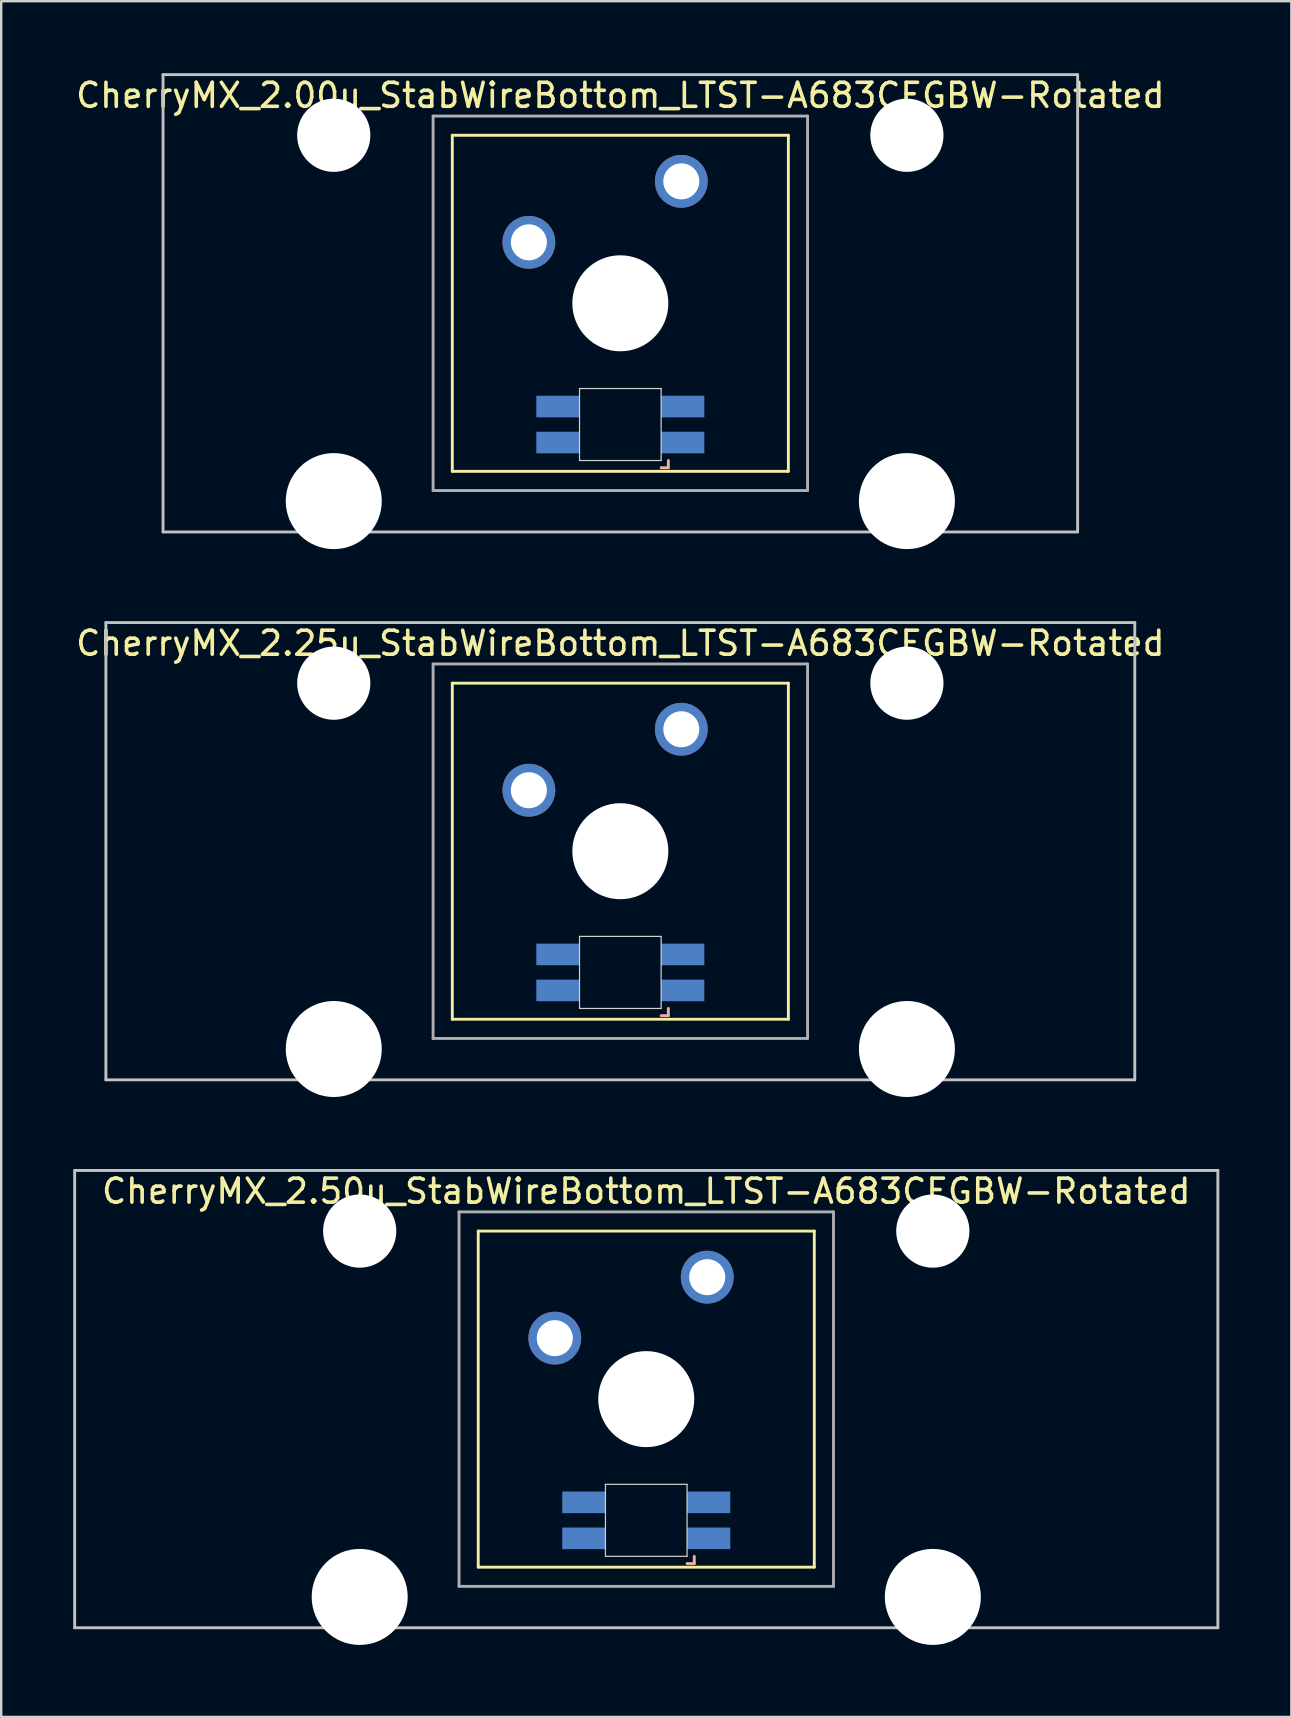
<source format=kicad_pcb>
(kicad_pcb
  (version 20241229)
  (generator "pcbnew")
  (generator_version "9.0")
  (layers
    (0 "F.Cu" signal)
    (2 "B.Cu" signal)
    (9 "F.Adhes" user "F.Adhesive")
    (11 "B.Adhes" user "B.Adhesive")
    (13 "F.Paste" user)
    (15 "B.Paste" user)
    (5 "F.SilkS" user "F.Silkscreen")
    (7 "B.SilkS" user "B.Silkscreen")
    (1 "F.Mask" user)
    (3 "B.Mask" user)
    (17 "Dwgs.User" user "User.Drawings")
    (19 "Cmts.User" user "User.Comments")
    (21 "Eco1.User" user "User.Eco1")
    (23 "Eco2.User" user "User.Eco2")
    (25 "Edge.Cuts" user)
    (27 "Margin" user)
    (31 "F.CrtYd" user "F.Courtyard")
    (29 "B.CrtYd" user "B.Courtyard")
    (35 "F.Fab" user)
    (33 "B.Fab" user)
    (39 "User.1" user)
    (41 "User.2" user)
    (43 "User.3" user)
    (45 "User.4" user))
  (footprint "CherryMX_2.25u_StabWireBottom_LTST-A683CEGBW-Rotated"
    (layer "F.Cu")
    (at 22.792 32.41)
    (property "Reference" "CherryMX_2.25u_StabWireBottom_LTST-A683CEGBW-Rotated" (at 0 -8.662 0) (layer "F.SilkS") (effects (font (size 1 1) (thickness 0.15))))
    (attr through_hole)
    (fp_line (start -7 -7) (end -7 7) (stroke (width 0.12) (type solid)) (layer "F.SilkS"))
    (fp_line (start -7 -7) (end 7 -7) (stroke (width 0.12) (type solid)) (layer "F.SilkS"))
    (fp_line (start 7 -7) (end 7 7) (stroke (width 0.12) (type solid)) (layer "F.SilkS"))
    (fp_line (start 7 7) (end -7 7) (stroke (width 0.12) (type solid)) (layer "F.SilkS"))
    (fp_line (start 1.7 6.85) (end 2 6.85) (stroke (width 0.12) (type solid)) (layer "B.SilkS"))
    (fp_line (start 2 6.85) (end 2 6.55) (stroke (width 0.12) (type solid)) (layer "B.SilkS"))
    (fp_line (start -21.431 -9.525) (end 21.431 -9.525) (stroke (width 0.12) (type solid)) (layer "Dwgs.User"))
    (fp_line (start -21.431 9.525) (end -21.431 -9.525) (stroke (width 0.12) (type solid)) (layer "Dwgs.User"))
    (fp_line (start 21.431 -9.525) (end 21.431 9.525) (stroke (width 0.12) (type solid)) (layer "Dwgs.User"))
    (fp_line (start 21.431 9.525) (end -21.431 9.525) (stroke (width 0.12) (type solid)) (layer "Dwgs.User"))
    (fp_line (start -1.7 3.55) (end 1.7 3.55) (stroke (width 0.05) (type solid)) (layer "Edge.Cuts"))
    (fp_line (start -1.7 6.55) (end -1.7 3.55) (stroke (width 0.05) (type solid)) (layer "Edge.Cuts"))
    (fp_line (start 1.7 3.55) (end 1.7 6.55) (stroke (width 0.05) (type solid)) (layer "Edge.Cuts"))
    (fp_line (start 1.7 6.55) (end -1.7 6.55) (stroke (width 0.05) (type solid)) (layer "Edge.Cuts"))
    (fp_line (start -7.8 -7.8) (end -7.8 7.8) (stroke (width 0.12) (type solid)) (layer "F.Fab"))
    (fp_line (start -7.8 -7.8) (end 7.8 -7.8) (stroke (width 0.12) (type solid)) (layer "F.Fab"))
    (fp_line (start -7.8 7.8) (end 7.8 7.8) (stroke (width 0.12) (type solid)) (layer "F.Fab"))
    (fp_line (start 7.8 -7.8) (end 7.8 7.8) (stroke (width 0.12) (type solid)) (layer "F.Fab"))
    (pad "" np_thru_hole circle (at -11.938 -7) (size 3.05 3.05) (drill 3.05) (layers "*.Cu" "*.Mask"))
    (pad "" np_thru_hole circle (at -11.938 8.24) (size 4 4) (drill 4) (layers "*.Cu" "*.Mask"))
    (pad "" np_thru_hole circle (at 0 0) (size 4 4) (drill 4) (layers "*.Cu" "*.Mask"))
    (pad "" np_thru_hole circle (at 11.938 -7) (size 3.05 3.05) (drill 3.05) (layers "*.Cu" "*.Mask"))
    (pad "" np_thru_hole circle (at 11.938 8.24) (size 4 4) (drill 4) (layers "*.Cu" "*.Mask"))
    (pad "1" thru_hole circle (at -3.81 -2.54) (size 2.2 2.2) (drill 1.5) (layers "*.Cu" "*.Mask"))
    (pad "2" thru_hole circle (at 2.54 -5.08) (size 2.2 2.2) (drill 1.5) (layers "*.Cu" "*.Mask"))
    (pad "3" smd rect (at 2.6 5.8) (size 1.8 0.9) (layers "B.Cu" "B.Mask" "B.Paste"))
    (pad "4" smd rect (at 2.6 4.3) (size 1.8 0.9) (layers "B.Cu" "B.Mask" "B.Paste"))
    (pad "5" smd rect (at -2.6 5.8) (size 1.8 0.9) (layers "B.Cu" "B.Mask" "B.Paste"))
    (pad "6" smd rect (at -2.6 4.3) (size 1.8 0.9) (layers "B.Cu" "B.Mask" "B.Paste")))
  (footprint "CherryMX_2.50u_StabWireBottom_LTST-A683CEGBW-Rotated"
    (layer "F.Cu")
    (at 23.872 55.235)
    (property "Reference" "CherryMX_2.50u_StabWireBottom_LTST-A683CEGBW-Rotated" (at 0 -8.662 0) (layer "F.SilkS") (effects (font (size 1 1) (thickness 0.15))))
    (attr through_hole)
    (fp_line (start -7 -7) (end -7 7) (stroke (width 0.12) (type solid)) (layer "F.SilkS"))
    (fp_line (start -7 -7) (end 7 -7) (stroke (width 0.12) (type solid)) (layer "F.SilkS"))
    (fp_line (start 7 -7) (end 7 7) (stroke (width 0.12) (type solid)) (layer "F.SilkS"))
    (fp_line (start 7 7) (end -7 7) (stroke (width 0.12) (type solid)) (layer "F.SilkS"))
    (fp_line (start 1.7 6.85) (end 2 6.85) (stroke (width 0.12) (type solid)) (layer "B.SilkS"))
    (fp_line (start 2 6.85) (end 2 6.55) (stroke (width 0.12) (type solid)) (layer "B.SilkS"))
    (fp_line (start -23.812 -9.525) (end 23.812 -9.525) (stroke (width 0.12) (type solid)) (layer "Dwgs.User"))
    (fp_line (start -23.812 9.525) (end -23.812 -9.525) (stroke (width 0.12) (type solid)) (layer "Dwgs.User"))
    (fp_line (start 23.812 -9.525) (end 23.812 9.525) (stroke (width 0.12) (type solid)) (layer "Dwgs.User"))
    (fp_line (start 23.812 9.525) (end -23.812 9.525) (stroke (width 0.12) (type solid)) (layer "Dwgs.User"))
    (fp_line (start -1.7 3.55) (end 1.7 3.55) (stroke (width 0.05) (type solid)) (layer "Edge.Cuts"))
    (fp_line (start -1.7 6.55) (end -1.7 3.55) (stroke (width 0.05) (type solid)) (layer "Edge.Cuts"))
    (fp_line (start 1.7 3.55) (end 1.7 6.55) (stroke (width 0.05) (type solid)) (layer "Edge.Cuts"))
    (fp_line (start 1.7 6.55) (end -1.7 6.55) (stroke (width 0.05) (type solid)) (layer "Edge.Cuts"))
    (fp_line (start -7.8 -7.8) (end -7.8 7.8) (stroke (width 0.12) (type solid)) (layer "F.Fab"))
    (fp_line (start -7.8 -7.8) (end 7.8 -7.8) (stroke (width 0.12) (type solid)) (layer "F.Fab"))
    (fp_line (start -7.8 7.8) (end 7.8 7.8) (stroke (width 0.12) (type solid)) (layer "F.Fab"))
    (fp_line (start 7.8 -7.8) (end 7.8 7.8) (stroke (width 0.12) (type solid)) (layer "F.Fab"))
    (pad "" np_thru_hole circle (at -11.938 -7) (size 3.05 3.05) (drill 3.05) (layers "*.Cu" "*.Mask"))
    (pad "" np_thru_hole circle (at -11.938 8.24) (size 4 4) (drill 4) (layers "*.Cu" "*.Mask"))
    (pad "" np_thru_hole circle (at 0 0) (size 4 4) (drill 4) (layers "*.Cu" "*.Mask"))
    (pad "" np_thru_hole circle (at 11.938 -7) (size 3.05 3.05) (drill 3.05) (layers "*.Cu" "*.Mask"))
    (pad "" np_thru_hole circle (at 11.938 8.24) (size 4 4) (drill 4) (layers "*.Cu" "*.Mask"))
    (pad "1" thru_hole circle (at -3.81 -2.54) (size 2.2 2.2) (drill 1.5) (layers "*.Cu" "*.Mask"))
    (pad "2" thru_hole circle (at 2.54 -5.08) (size 2.2 2.2) (drill 1.5) (layers "*.Cu" "*.Mask"))
    (pad "3" smd rect (at 2.6 5.8) (size 1.8 0.9) (layers "B.Cu" "B.Mask" "B.Paste"))
    (pad "4" smd rect (at 2.6 4.3) (size 1.8 0.9) (layers "B.Cu" "B.Mask" "B.Paste"))
    (pad "5" smd rect (at -2.6 5.8) (size 1.8 0.9) (layers "B.Cu" "B.Mask" "B.Paste"))
    (pad "6" smd rect (at -2.6 4.3) (size 1.8 0.9) (layers "B.Cu" "B.Mask" "B.Paste")))
  (footprint "CherryMX_2.00u_StabWireBottom_LTST-A683CEGBW-Rotated"
    (layer "F.Cu")
    (at 22.792 9.585)
    (property "Reference" "CherryMX_2.00u_StabWireBottom_LTST-A683CEGBW-Rotated" (at 0 -8.662 0) (layer "F.SilkS") (effects (font (size 1 1) (thickness 0.15))))
    (attr through_hole)
    (fp_line (start -7 -7) (end -7 7) (stroke (width 0.12) (type solid)) (layer "F.SilkS"))
    (fp_line (start -7 -7) (end 7 -7) (stroke (width 0.12) (type solid)) (layer "F.SilkS"))
    (fp_line (start 7 -7) (end 7 7) (stroke (width 0.12) (type solid)) (layer "F.SilkS"))
    (fp_line (start 7 7) (end -7 7) (stroke (width 0.12) (type solid)) (layer "F.SilkS"))
    (fp_line (start 1.7 6.85) (end 2 6.85) (stroke (width 0.12) (type solid)) (layer "B.SilkS"))
    (fp_line (start 2 6.85) (end 2 6.55) (stroke (width 0.12) (type solid)) (layer "B.SilkS"))
    (fp_line (start -19.05 -9.525) (end 19.05 -9.525) (stroke (width 0.12) (type solid)) (layer "Dwgs.User"))
    (fp_line (start -19.05 9.525) (end -19.05 -9.525) (stroke (width 0.12) (type solid)) (layer "Dwgs.User"))
    (fp_line (start 19.05 -9.525) (end 19.05 9.525) (stroke (width 0.12) (type solid)) (layer "Dwgs.User"))
    (fp_line (start 19.05 9.525) (end -19.05 9.525) (stroke (width 0.12) (type solid)) (layer "Dwgs.User"))
    (fp_line (start -1.7 3.55) (end 1.7 3.55) (stroke (width 0.05) (type solid)) (layer "Edge.Cuts"))
    (fp_line (start -1.7 6.55) (end -1.7 3.55) (stroke (width 0.05) (type solid)) (layer "Edge.Cuts"))
    (fp_line (start 1.7 3.55) (end 1.7 6.55) (stroke (width 0.05) (type solid)) (layer "Edge.Cuts"))
    (fp_line (start 1.7 6.55) (end -1.7 6.55) (stroke (width 0.05) (type solid)) (layer "Edge.Cuts"))
    (fp_line (start -7.8 -7.8) (end -7.8 7.8) (stroke (width 0.12) (type solid)) (layer "F.Fab"))
    (fp_line (start -7.8 -7.8) (end 7.8 -7.8) (stroke (width 0.12) (type solid)) (layer "F.Fab"))
    (fp_line (start -7.8 7.8) (end 7.8 7.8) (stroke (width 0.12) (type solid)) (layer "F.Fab"))
    (fp_line (start 7.8 -7.8) (end 7.8 7.8) (stroke (width 0.12) (type solid)) (layer "F.Fab"))
    (pad "" np_thru_hole circle (at -11.938 -7) (size 3.05 3.05) (drill 3.05) (layers "*.Cu" "*.Mask"))
    (pad "" np_thru_hole circle (at -11.938 8.24) (size 4 4) (drill 4) (layers "*.Cu" "*.Mask"))
    (pad "" np_thru_hole circle (at 0 0) (size 4 4) (drill 4) (layers "*.Cu" "*.Mask"))
    (pad "" np_thru_hole circle (at 11.938 -7) (size 3.05 3.05) (drill 3.05) (layers "*.Cu" "*.Mask"))
    (pad "" np_thru_hole circle (at 11.938 8.24) (size 4 4) (drill 4) (layers "*.Cu" "*.Mask"))
    (pad "1" thru_hole circle (at -3.81 -2.54) (size 2.2 2.2) (drill 1.5) (layers "*.Cu" "*.Mask"))
    (pad "2" thru_hole circle (at 2.54 -5.08) (size 2.2 2.2) (drill 1.5) (layers "*.Cu" "*.Mask"))
    (pad "3" smd rect (at 2.6 5.8) (size 1.8 0.9) (layers "B.Cu" "B.Mask" "B.Paste"))
    (pad "4" smd rect (at 2.6 4.3) (size 1.8 0.9) (layers "B.Cu" "B.Mask" "B.Paste"))
    (pad "5" smd rect (at -2.6 5.8) (size 1.8 0.9) (layers "B.Cu" "B.Mask" "B.Paste"))
    (pad "6" smd rect (at -2.6 4.3) (size 1.8 0.9) (layers "B.Cu" "B.Mask" "B.Paste")))
  (gr_rect
    (start -3 -3)
    (end 50.745 68.475)
    (stroke (width 0.1) (type default))
    (fill no)
    (layer "Edge.Cuts")))
</source>
